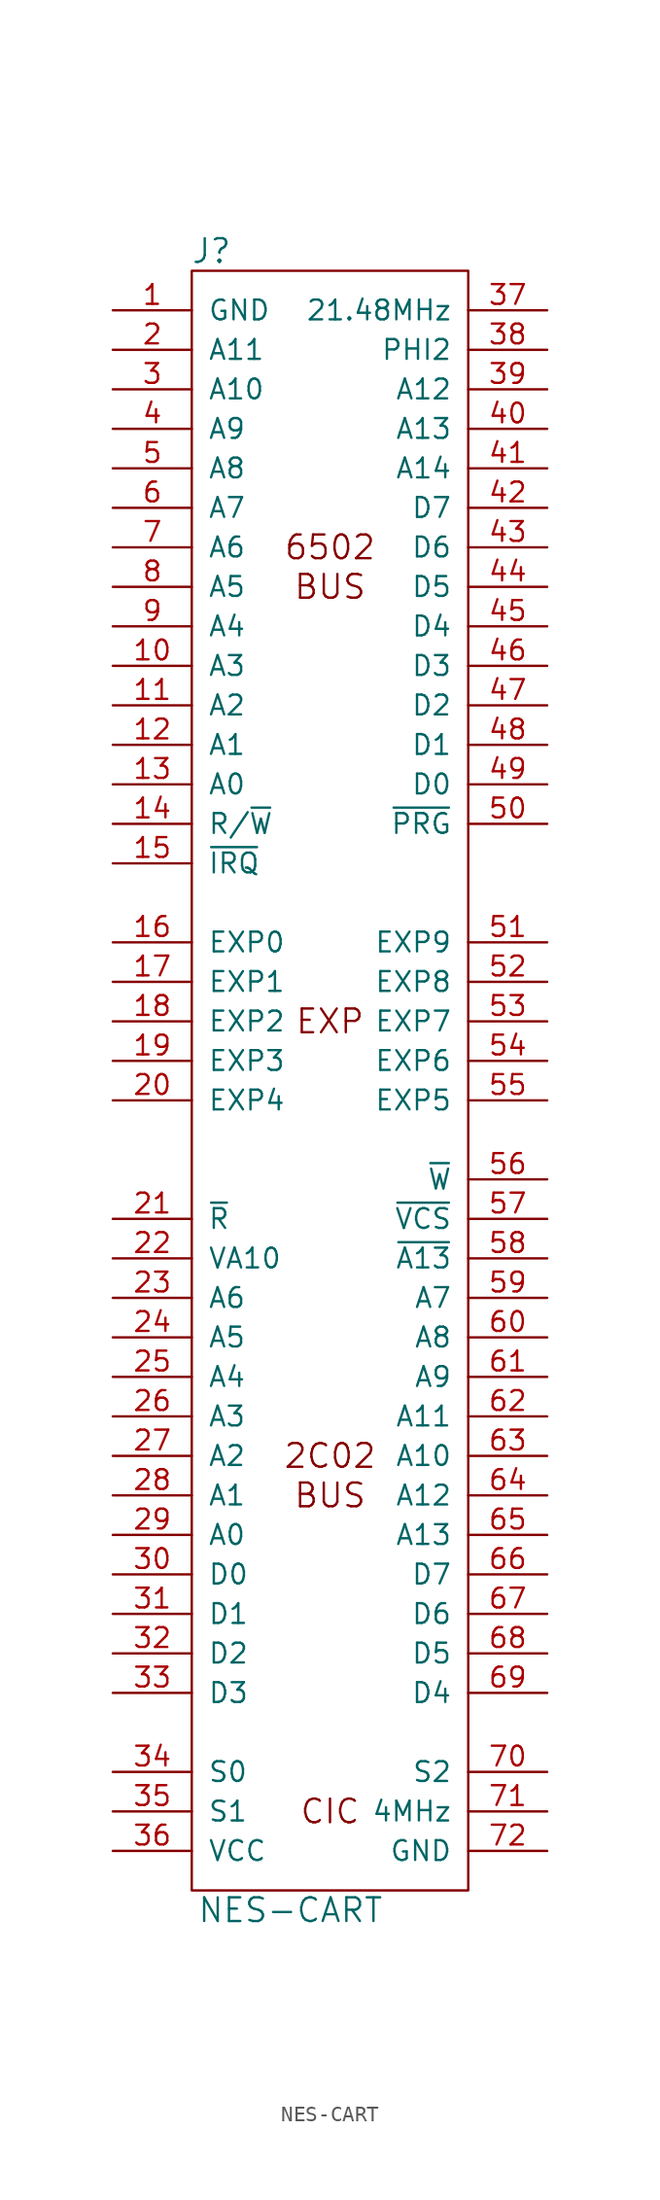
<source format=kicad_sym>
(kicad_symbol_lib
  (version 20241209)
  (generator "kicad_symbol_editor")
  (generator_version "9.0")
  (symbol "NES-CART"
    (pin_names
      (offset 1.016))
    (property "Reference" "J"
      (at -7.62 52.07 0)
      (effects (font (size 1.524 1.524))))
    (property "Value" "NES-CART"
      (at -2.54 -54.61 0)
      (effects (font (size 1.524 1.524))))
    (property "Footprint" ""
      (at 0 5.08 0)
      (effects (font (size 1.524 1.524))))
    (property "Datasheet" ""
      (at 0 5.08 0)
      (effects (font (size 1.524 1.524))))
    (symbol "NES-CART_0_0"
      (text "6502" (at 0 33.02 0) (effects (font (size 1.524 1.524))))
      (text "BUS" (at 0 30.48 0) (effects (font (size 1.524 1.524))))
      (text "EXP" (at 0 2.54 0) (effects (font (size 1.524 1.524))))
      (text "2C02" (at 0 -25.4 0) (effects (font (size 1.524 1.524))))
      (text "BUS" (at 0 -27.94 0) (effects (font (size 1.524 1.524))))
      (text "CIC" (at 0 -48.26 0) (effects (font (size 1.524 1.524)))))
    (symbol "NES-CART_0_1"
      (rectangle (start -8.89 50.8) (end 8.89 -53.34) (stroke (width 0) (type solid)) (fill (type none))))
    (symbol "NES-CART_1_1"
      (pin power_in line (at -13.97 48.26 0) (length 5.08) (name "GND" (effects (font (size 1.27 1.27)))) (number "1" (effects (font (size 1.27 1.27)))))
      (pin output line (at -13.97 45.72 0) (length 5.08) (name "A11" (effects (font (size 1.27 1.27)))) (number "2" (effects (font (size 1.27 1.27)))))
      (pin output line (at -13.97 43.18 0) (length 5.08) (name "A10" (effects (font (size 1.27 1.27)))) (number "3" (effects (font (size 1.27 1.27)))))
      (pin output line (at -13.97 40.64 0) (length 5.08) (name "A9" (effects (font (size 1.27 1.27)))) (number "4" (effects (font (size 1.27 1.27)))))
      (pin output line (at -13.97 38.1 0) (length 5.08) (name "A8" (effects (font (size 1.27 1.27)))) (number "5" (effects (font (size 1.27 1.27)))))
      (pin output line (at -13.97 35.56 0) (length 5.08) (name "A7" (effects (font (size 1.27 1.27)))) (number "6" (effects (font (size 1.27 1.27)))))
      (pin output line (at -13.97 33.02 0) (length 5.08) (name "A6" (effects (font (size 1.27 1.27)))) (number "7" (effects (font (size 1.27 1.27)))))
      (pin output line (at -13.97 30.48 0) (length 5.08) (name "A5" (effects (font (size 1.27 1.27)))) (number "8" (effects (font (size 1.27 1.27)))))
      (pin output line (at -13.97 27.94 0) (length 5.08) (name "A4" (effects (font (size 1.27 1.27)))) (number "9" (effects (font (size 1.27 1.27)))))
      (pin output line (at -13.97 25.4 0) (length 5.08) (name "A3" (effects (font (size 1.27 1.27)))) (number "10" (effects (font (size 1.27 1.27)))))
      (pin output line (at -13.97 22.86 0) (length 5.08) (name "A2" (effects (font (size 1.27 1.27)))) (number "11" (effects (font (size 1.27 1.27)))))
      (pin output line (at -13.97 20.32 0) (length 5.08) (name "A1" (effects (font (size 1.27 1.27)))) (number "12" (effects (font (size 1.27 1.27)))))
      (pin output line (at -13.97 17.78 0) (length 5.08) (name "A0" (effects (font (size 1.27 1.27)))) (number "13" (effects (font (size 1.27 1.27)))))
      (pin output line (at -13.97 15.24 0) (length 5.08) (name "R/~{W}" (effects (font (size 1.27 1.27)))) (number "14" (effects (font (size 1.27 1.27)))))
      (pin input line (at -13.97 12.7 0) (length 5.08) (name "~{IRQ}" (effects (font (size 1.27 1.27)))) (number "15" (effects (font (size 1.27 1.27)))))
      (pin unspecified line (at -13.97 7.62 0) (length 5.08) (name "EXP0" (effects (font (size 1.27 1.27)))) (number "16" (effects (font (size 1.27 1.27)))))
      (pin unspecified line (at -13.97 5.08 0) (length 5.08) (name "EXP1" (effects (font (size 1.27 1.27)))) (number "17" (effects (font (size 1.27 1.27)))))
      (pin unspecified line (at -13.97 2.54 0) (length 5.08) (name "EXP2" (effects (font (size 1.27 1.27)))) (number "18" (effects (font (size 1.27 1.27)))))
      (pin unspecified line (at -13.97 0 0) (length 5.08) (name "EXP3" (effects (font (size 1.27 1.27)))) (number "19" (effects (font (size 1.27 1.27)))))
      (pin unspecified line (at -13.97 -2.54 0) (length 5.08) (name "EXP4" (effects (font (size 1.27 1.27)))) (number "20" (effects (font (size 1.27 1.27)))))
      (pin output line (at -13.97 -10.16 0) (length 5.08) (name "~{R}" (effects (font (size 1.27 1.27)))) (number "21" (effects (font (size 1.27 1.27)))))
      (pin input line (at -13.97 -12.7 0) (length 5.08) (name "VA10" (effects (font (size 1.27 1.27)))) (number "22" (effects (font (size 1.27 1.27)))))
      (pin output line (at -13.97 -15.24 0) (length 5.08) (name "A6" (effects (font (size 1.27 1.27)))) (number "23" (effects (font (size 1.27 1.27)))))
      (pin output line (at -13.97 -17.78 0) (length 5.08) (name "A5" (effects (font (size 1.27 1.27)))) (number "24" (effects (font (size 1.27 1.27)))))
      (pin output line (at -13.97 -20.32 0) (length 5.08) (name "A4" (effects (font (size 1.27 1.27)))) (number "25" (effects (font (size 1.27 1.27)))))
      (pin output line (at -13.97 -22.86 0) (length 5.08) (name "A3" (effects (font (size 1.27 1.27)))) (number "26" (effects (font (size 1.27 1.27)))))
      (pin output line (at -13.97 -25.4 0) (length 5.08) (name "A2" (effects (font (size 1.27 1.27)))) (number "27" (effects (font (size 1.27 1.27)))))
      (pin output line (at -13.97 -27.94 0) (length 5.08) (name "A1" (effects (font (size 1.27 1.27)))) (number "28" (effects (font (size 1.27 1.27)))))
      (pin output line (at -13.97 -30.48 0) (length 5.08) (name "A0" (effects (font (size 1.27 1.27)))) (number "29" (effects (font (size 1.27 1.27)))))
      (pin tri_state line (at -13.97 -33.02 0) (length 5.08) (name "D0" (effects (font (size 1.27 1.27)))) (number "30" (effects (font (size 1.27 1.27)))))
      (pin tri_state line (at -13.97 -35.56 0) (length 5.08) (name "D1" (effects (font (size 1.27 1.27)))) (number "31" (effects (font (size 1.27 1.27)))))
      (pin tri_state line (at -13.97 -38.1 0) (length 5.08) (name "D2" (effects (font (size 1.27 1.27)))) (number "32" (effects (font (size 1.27 1.27)))))
      (pin tri_state line (at -13.97 -40.64 0) (length 5.08) (name "D3" (effects (font (size 1.27 1.27)))) (number "33" (effects (font (size 1.27 1.27)))))
      (pin tri_state line (at -13.97 -45.72 0) (length 5.08) (name "S0" (effects (font (size 1.27 1.27)))) (number "34" (effects (font (size 1.27 1.27)))))
      (pin tri_state line (at -13.97 -48.26 0) (length 5.08) (name "S1" (effects (font (size 1.27 1.27)))) (number "35" (effects (font (size 1.27 1.27)))))
      (pin power_out line (at -13.97 -50.8 0) (length 5.08) (name "VCC" (effects (font (size 1.27 1.27)))) (number "36" (effects (font (size 1.27 1.27)))))
      (pin output line (at 13.97 48.26 180) (length 5.08) (name "21.48MHz" (effects (font (size 1.27 1.27)))) (number "37" (effects (font (size 1.27 1.27)))))
      (pin output line (at 13.97 45.72 180) (length 5.08) (name "PHI2" (effects (font (size 1.27 1.27)))) (number "38" (effects (font (size 1.27 1.27)))))
      (pin output line (at 13.97 43.18 180) (length 5.08) (name "A12" (effects (font (size 1.27 1.27)))) (number "39" (effects (font (size 1.27 1.27)))))
      (pin output line (at 13.97 40.64 180) (length 5.08) (name "A13" (effects (font (size 1.27 1.27)))) (number "40" (effects (font (size 1.27 1.27)))))
      (pin output line (at 13.97 38.1 180) (length 5.08) (name "A14" (effects (font (size 1.27 1.27)))) (number "41" (effects (font (size 1.27 1.27)))))
      (pin tri_state line (at 13.97 35.56 180) (length 5.08) (name "D7" (effects (font (size 1.27 1.27)))) (number "42" (effects (font (size 1.27 1.27)))))
      (pin tri_state line (at 13.97 33.02 180) (length 5.08) (name "D6" (effects (font (size 1.27 1.27)))) (number "43" (effects (font (size 1.27 1.27)))))
      (pin tri_state line (at 13.97 30.48 180) (length 5.08) (name "D5" (effects (font (size 1.27 1.27)))) (number "44" (effects (font (size 1.27 1.27)))))
      (pin tri_state line (at 13.97 27.94 180) (length 5.08) (name "D4" (effects (font (size 1.27 1.27)))) (number "45" (effects (font (size 1.27 1.27)))))
      (pin tri_state line (at 13.97 25.4 180) (length 5.08) (name "D3" (effects (font (size 1.27 1.27)))) (number "46" (effects (font (size 1.27 1.27)))))
      (pin tri_state line (at 13.97 22.86 180) (length 5.08) (name "D2" (effects (font (size 1.27 1.27)))) (number "47" (effects (font (size 1.27 1.27)))))
      (pin tri_state line (at 13.97 20.32 180) (length 5.08) (name "D1" (effects (font (size 1.27 1.27)))) (number "48" (effects (font (size 1.27 1.27)))))
      (pin tri_state line (at 13.97 17.78 180) (length 5.08) (name "D0" (effects (font (size 1.27 1.27)))) (number "49" (effects (font (size 1.27 1.27)))))
      (pin output line (at 13.97 15.24 180) (length 5.08) (name "~{PRG}" (effects (font (size 1.27 1.27)))) (number "50" (effects (font (size 1.27 1.27)))))
      (pin unspecified line (at 13.97 7.62 180) (length 5.08) (name "EXP9" (effects (font (size 1.27 1.27)))) (number "51" (effects (font (size 1.27 1.27)))))
      (pin passive line (at 13.97 5.08 180) (length 5.08) (name "EXP8" (effects (font (size 1.27 1.27)))) (number "52" (effects (font (size 1.27 1.27)))))
      (pin passive line (at 13.97 2.54 180) (length 5.08) (name "EXP7" (effects (font (size 1.27 1.27)))) (number "53" (effects (font (size 1.27 1.27)))))
      (pin unspecified line (at 13.97 0 180) (length 5.08) (name "EXP6" (effects (font (size 1.27 1.27)))) (number "54" (effects (font (size 1.27 1.27)))))
      (pin unspecified line (at 13.97 -2.54 180) (length 5.08) (name "EXP5" (effects (font (size 1.27 1.27)))) (number "55" (effects (font (size 1.27 1.27)))))
      (pin output line (at 13.97 -7.62 180) (length 5.08) (name "~{W}" (effects (font (size 1.27 1.27)))) (number "56" (effects (font (size 1.27 1.27)))))
      (pin input line (at 13.97 -10.16 180) (length 5.08) (name "~{VCS}" (effects (font (size 1.27 1.27)))) (number "57" (effects (font (size 1.27 1.27)))))
      (pin output line (at 13.97 -12.7 180) (length 5.08) (name "~{A13}" (effects (font (size 1.27 1.27)))) (number "58" (effects (font (size 1.27 1.27)))))
      (pin output line (at 13.97 -15.24 180) (length 5.08) (name "A7" (effects (font (size 1.27 1.27)))) (number "59" (effects (font (size 1.27 1.27)))))
      (pin output line (at 13.97 -17.78 180) (length 5.08) (name "A8" (effects (font (size 1.27 1.27)))) (number "60" (effects (font (size 1.27 1.27)))))
      (pin output line (at 13.97 -20.32 180) (length 5.08) (name "A9" (effects (font (size 1.27 1.27)))) (number "61" (effects (font (size 1.27 1.27)))))
      (pin output line (at 13.97 -22.86 180) (length 5.08) (name "A11" (effects (font (size 1.27 1.27)))) (number "62" (effects (font (size 1.27 1.27)))))
      (pin output line (at 13.97 -25.4 180) (length 5.08) (name "A10" (effects (font (size 1.27 1.27)))) (number "63" (effects (font (size 1.27 1.27)))))
      (pin output line (at 13.97 -27.94 180) (length 5.08) (name "A12" (effects (font (size 1.27 1.27)))) (number "64" (effects (font (size 1.27 1.27)))))
      (pin output line (at 13.97 -30.48 180) (length 5.08) (name "A13" (effects (font (size 1.27 1.27)))) (number "65" (effects (font (size 1.27 1.27)))))
      (pin tri_state line (at 13.97 -33.02 180) (length 5.08) (name "D7" (effects (font (size 1.27 1.27)))) (number "66" (effects (font (size 1.27 1.27)))))
      (pin tri_state line (at 13.97 -35.56 180) (length 5.08) (name "D6" (effects (font (size 1.27 1.27)))) (number "67" (effects (font (size 1.27 1.27)))))
      (pin tri_state line (at 13.97 -38.1 180) (length 5.08) (name "D5" (effects (font (size 1.27 1.27)))) (number "68" (effects (font (size 1.27 1.27)))))
      (pin tri_state line (at 13.97 -40.64 180) (length 5.08) (name "D4" (effects (font (size 1.27 1.27)))) (number "69" (effects (font (size 1.27 1.27)))))
      (pin tri_state line (at 13.97 -45.72 180) (length 5.08) (name "S2" (effects (font (size 1.27 1.27)))) (number "70" (effects (font (size 1.27 1.27)))))
      (pin output line (at 13.97 -48.26 180) (length 5.08) (name "4MHz" (effects (font (size 1.27 1.27)))) (number "71" (effects (font (size 1.27 1.27)))))
      (pin power_out line (at 13.97 -50.8 180) (length 5.08) (name "GND" (effects (font (size 1.27 1.27)))) (number "72" (effects (font (size 1.27 1.27))))))))
</source>
